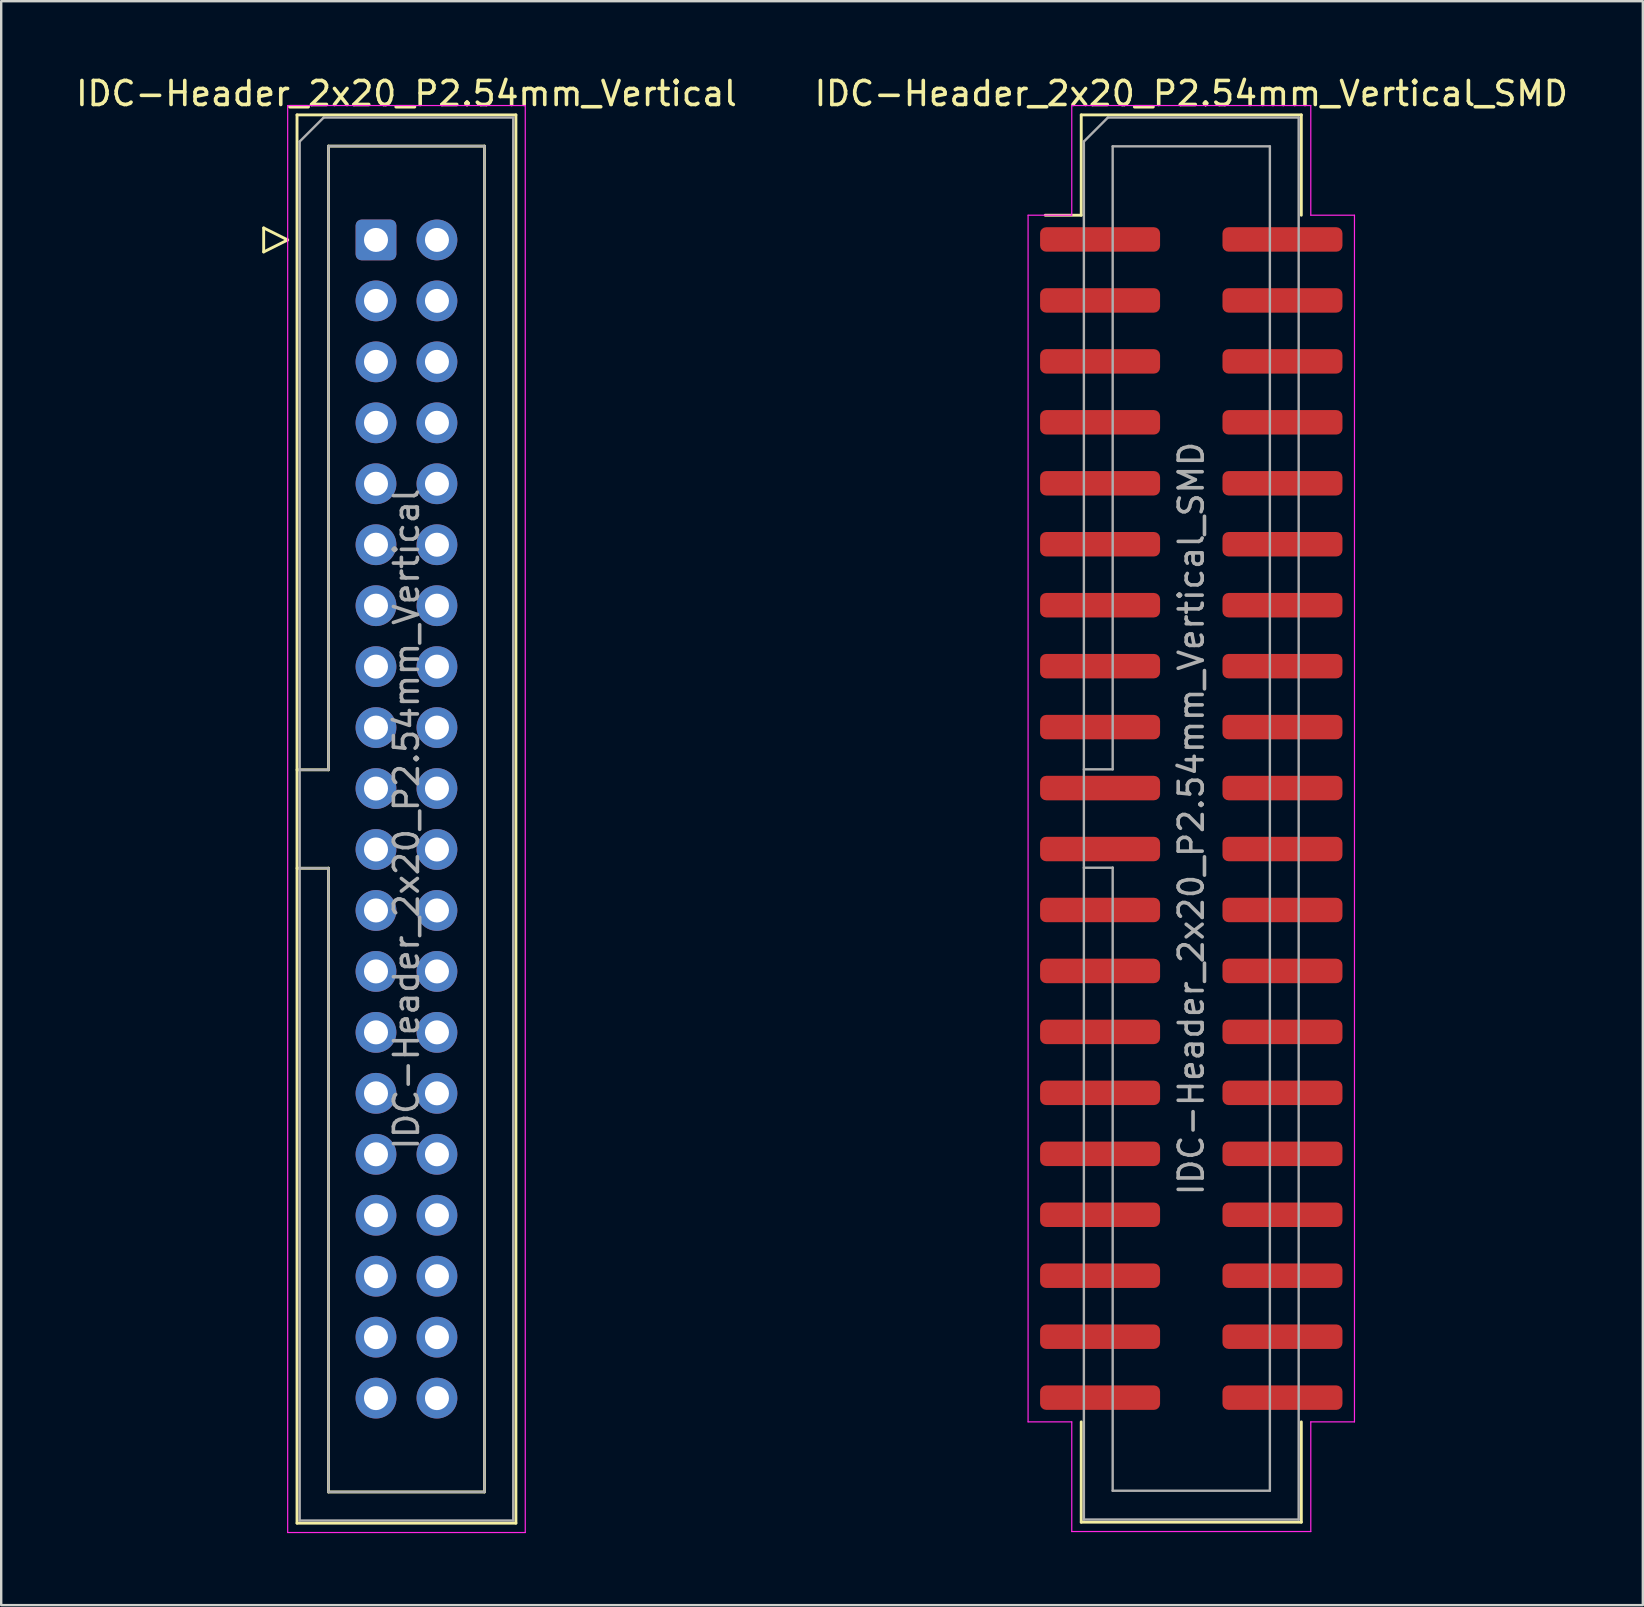
<source format=kicad_pcb>
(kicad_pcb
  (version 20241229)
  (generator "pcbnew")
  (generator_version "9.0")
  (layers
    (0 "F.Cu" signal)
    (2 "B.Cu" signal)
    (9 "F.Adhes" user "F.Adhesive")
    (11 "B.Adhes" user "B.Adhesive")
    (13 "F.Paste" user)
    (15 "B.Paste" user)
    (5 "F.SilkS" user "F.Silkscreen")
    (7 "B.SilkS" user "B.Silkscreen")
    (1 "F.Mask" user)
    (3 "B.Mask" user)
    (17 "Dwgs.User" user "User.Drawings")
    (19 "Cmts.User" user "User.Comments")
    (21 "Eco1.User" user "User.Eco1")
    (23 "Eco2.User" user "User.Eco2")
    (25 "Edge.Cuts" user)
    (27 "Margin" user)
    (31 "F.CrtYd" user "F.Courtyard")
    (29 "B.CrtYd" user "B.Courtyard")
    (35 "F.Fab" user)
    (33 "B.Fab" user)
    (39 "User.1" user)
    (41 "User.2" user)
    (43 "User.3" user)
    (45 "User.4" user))
  (footprint "IDC-Header_2x20_P2.54mm_Vertical"
    (layer "F.Cu")
    (at 12.617 6.948)
    (property "Reference" "IDC-Header_2x20_P2.54mm_Vertical" (at 1.27 -6.1 0) (layer "F.SilkS") (effects (font (size 1 1) (thickness 0.15))))
    (attr through_hole)
    (fp_line (start -4.68 -0.5) (end -4.68 0.5) (stroke (width 0.12) (type solid)) (layer "F.SilkS"))
    (fp_line (start -4.68 0.5) (end -3.68 0) (stroke (width 0.12) (type solid)) (layer "F.SilkS"))
    (fp_line (start -3.68 0) (end -4.68 -0.5) (stroke (width 0.12) (type solid)) (layer "F.SilkS"))
    (fp_line (start -3.29 -5.21) (end 5.83 -5.21) (stroke (width 0.12) (type solid)) (layer "F.SilkS"))
    (fp_line (start -3.29 22.08) (end -1.98 22.08) (stroke (width 0.12) (type solid)) (layer "F.SilkS"))
    (fp_line (start -3.29 53.47) (end -3.29 -5.21) (stroke (width 0.12) (type solid)) (layer "F.SilkS"))
    (fp_line (start -1.98 -3.91) (end 4.52 -3.91) (stroke (width 0.12) (type solid)) (layer "F.SilkS"))
    (fp_line (start -1.98 22.08) (end -1.98 -3.91) (stroke (width 0.12) (type solid)) (layer "F.SilkS"))
    (fp_line (start -1.98 26.18) (end -3.29 26.18) (stroke (width 0.12) (type solid)) (layer "F.SilkS"))
    (fp_line (start -1.98 26.18) (end -1.98 26.18) (stroke (width 0.12) (type solid)) (layer "F.SilkS"))
    (fp_line (start -1.98 52.17) (end -1.98 26.18) (stroke (width 0.12) (type solid)) (layer "F.SilkS"))
    (fp_line (start 4.52 -3.91) (end 4.52 52.17) (stroke (width 0.12) (type solid)) (layer "F.SilkS"))
    (fp_line (start 4.52 52.17) (end -1.98 52.17) (stroke (width 0.12) (type solid)) (layer "F.SilkS"))
    (fp_line (start 5.83 -5.21) (end 5.83 53.47) (stroke (width 0.12) (type solid)) (layer "F.SilkS"))
    (fp_line (start 5.83 53.47) (end -3.29 53.47) (stroke (width 0.12) (type solid)) (layer "F.SilkS"))
    (fp_line (start -3.68 -5.6) (end -3.68 53.86) (stroke (width 0.05) (type solid)) (layer "F.CrtYd"))
    (fp_line (start -3.68 53.86) (end 6.22 53.86) (stroke (width 0.05) (type solid)) (layer "F.CrtYd"))
    (fp_line (start 6.22 -5.6) (end -3.68 -5.6) (stroke (width 0.05) (type solid)) (layer "F.CrtYd"))
    (fp_line (start 6.22 53.86) (end 6.22 -5.6) (stroke (width 0.05) (type solid)) (layer "F.CrtYd"))
    (fp_line (start -3.18 -4.1) (end -2.18 -5.1) (stroke (width 0.1) (type solid)) (layer "F.Fab"))
    (fp_line (start -3.18 22.08) (end -1.98 22.08) (stroke (width 0.1) (type solid)) (layer "F.Fab"))
    (fp_line (start -3.18 53.36) (end -3.18 -4.1) (stroke (width 0.1) (type solid)) (layer "F.Fab"))
    (fp_line (start -2.18 -5.1) (end 5.72 -5.1) (stroke (width 0.1) (type solid)) (layer "F.Fab"))
    (fp_line (start -1.98 -3.91) (end 4.52 -3.91) (stroke (width 0.1) (type solid)) (layer "F.Fab"))
    (fp_line (start -1.98 22.08) (end -1.98 -3.91) (stroke (width 0.1) (type solid)) (layer "F.Fab"))
    (fp_line (start -1.98 26.18) (end -3.18 26.18) (stroke (width 0.1) (type solid)) (layer "F.Fab"))
    (fp_line (start -1.98 26.18) (end -1.98 26.18) (stroke (width 0.1) (type solid)) (layer "F.Fab"))
    (fp_line (start -1.98 52.17) (end -1.98 26.18) (stroke (width 0.1) (type solid)) (layer "F.Fab"))
    (fp_line (start 4.52 -3.91) (end 4.52 52.17) (stroke (width 0.1) (type solid)) (layer "F.Fab"))
    (fp_line (start 4.52 52.17) (end -1.98 52.17) (stroke (width 0.1) (type solid)) (layer "F.Fab"))
    (fp_line (start 5.72 -5.1) (end 5.72 53.36) (stroke (width 0.1) (type solid)) (layer "F.Fab"))
    (fp_line (start 5.72 53.36) (end -3.18 53.36) (stroke (width 0.1) (type solid)) (layer "F.Fab"))
    (fp_text user "${REFERENCE}" (at 1.27 24.13 90) (layer "F.Fab") (effects (font (size 1 1) (thickness 0.15))))
    (pad "1" thru_hole roundrect (at 0 0) (size 1.7 1.7) (drill 1) (layers "*.Cu" "*.Mask") (roundrect_rratio 0.147))
    (pad "2" thru_hole circle (at 2.54 0) (size 1.7 1.7) (drill 1) (layers "*.Cu" "*.Mask"))
    (pad "3" thru_hole circle (at 0 2.54) (size 1.7 1.7) (drill 1) (layers "*.Cu" "*.Mask"))
    (pad "4" thru_hole circle (at 2.54 2.54) (size 1.7 1.7) (drill 1) (layers "*.Cu" "*.Mask"))
    (pad "5" thru_hole circle (at 0 5.08) (size 1.7 1.7) (drill 1) (layers "*.Cu" "*.Mask"))
    (pad "6" thru_hole circle (at 2.54 5.08) (size 1.7 1.7) (drill 1) (layers "*.Cu" "*.Mask"))
    (pad "7" thru_hole circle (at 0 7.62) (size 1.7 1.7) (drill 1) (layers "*.Cu" "*.Mask"))
    (pad "8" thru_hole circle (at 2.54 7.62) (size 1.7 1.7) (drill 1) (layers "*.Cu" "*.Mask"))
    (pad "9" thru_hole circle (at 0 10.16) (size 1.7 1.7) (drill 1) (layers "*.Cu" "*.Mask"))
    (pad "10" thru_hole circle (at 2.54 10.16) (size 1.7 1.7) (drill 1) (layers "*.Cu" "*.Mask"))
    (pad "11" thru_hole circle (at 0 12.7) (size 1.7 1.7) (drill 1) (layers "*.Cu" "*.Mask"))
    (pad "12" thru_hole circle (at 2.54 12.7) (size 1.7 1.7) (drill 1) (layers "*.Cu" "*.Mask"))
    (pad "13" thru_hole circle (at 0 15.24) (size 1.7 1.7) (drill 1) (layers "*.Cu" "*.Mask"))
    (pad "14" thru_hole circle (at 2.54 15.24) (size 1.7 1.7) (drill 1) (layers "*.Cu" "*.Mask"))
    (pad "15" thru_hole circle (at 0 17.78) (size 1.7 1.7) (drill 1) (layers "*.Cu" "*.Mask"))
    (pad "16" thru_hole circle (at 2.54 17.78) (size 1.7 1.7) (drill 1) (layers "*.Cu" "*.Mask"))
    (pad "17" thru_hole circle (at 0 20.32) (size 1.7 1.7) (drill 1) (layers "*.Cu" "*.Mask"))
    (pad "18" thru_hole circle (at 2.54 20.32) (size 1.7 1.7) (drill 1) (layers "*.Cu" "*.Mask"))
    (pad "19" thru_hole circle (at 0 22.86) (size 1.7 1.7) (drill 1) (layers "*.Cu" "*.Mask"))
    (pad "20" thru_hole circle (at 2.54 22.86) (size 1.7 1.7) (drill 1) (layers "*.Cu" "*.Mask"))
    (pad "21" thru_hole circle (at 0 25.4) (size 1.7 1.7) (drill 1) (layers "*.Cu" "*.Mask"))
    (pad "22" thru_hole circle (at 2.54 25.4) (size 1.7 1.7) (drill 1) (layers "*.Cu" "*.Mask"))
    (pad "23" thru_hole circle (at 0 27.94) (size 1.7 1.7) (drill 1) (layers "*.Cu" "*.Mask"))
    (pad "24" thru_hole circle (at 2.54 27.94) (size 1.7 1.7) (drill 1) (layers "*.Cu" "*.Mask"))
    (pad "25" thru_hole circle (at 0 30.48) (size 1.7 1.7) (drill 1) (layers "*.Cu" "*.Mask"))
    (pad "26" thru_hole circle (at 2.54 30.48) (size 1.7 1.7) (drill 1) (layers "*.Cu" "*.Mask"))
    (pad "27" thru_hole circle (at 0 33.02) (size 1.7 1.7) (drill 1) (layers "*.Cu" "*.Mask"))
    (pad "28" thru_hole circle (at 2.54 33.02) (size 1.7 1.7) (drill 1) (layers "*.Cu" "*.Mask"))
    (pad "29" thru_hole circle (at 0 35.56) (size 1.7 1.7) (drill 1) (layers "*.Cu" "*.Mask"))
    (pad "30" thru_hole circle (at 2.54 35.56) (size 1.7 1.7) (drill 1) (layers "*.Cu" "*.Mask"))
    (pad "31" thru_hole circle (at 0 38.1) (size 1.7 1.7) (drill 1) (layers "*.Cu" "*.Mask"))
    (pad "32" thru_hole circle (at 2.54 38.1) (size 1.7 1.7) (drill 1) (layers "*.Cu" "*.Mask"))
    (pad "33" thru_hole circle (at 0 40.64) (size 1.7 1.7) (drill 1) (layers "*.Cu" "*.Mask"))
    (pad "34" thru_hole circle (at 2.54 40.64) (size 1.7 1.7) (drill 1) (layers "*.Cu" "*.Mask"))
    (pad "35" thru_hole circle (at 0 43.18) (size 1.7 1.7) (drill 1) (layers "*.Cu" "*.Mask"))
    (pad "36" thru_hole circle (at 2.54 43.18) (size 1.7 1.7) (drill 1) (layers "*.Cu" "*.Mask"))
    (pad "37" thru_hole circle (at 0 45.72) (size 1.7 1.7) (drill 1) (layers "*.Cu" "*.Mask"))
    (pad "38" thru_hole circle (at 2.54 45.72) (size 1.7 1.7) (drill 1) (layers "*.Cu" "*.Mask"))
    (pad "39" thru_hole circle (at 0 48.26) (size 1.7 1.7) (drill 1) (layers "*.Cu" "*.Mask"))
    (pad "40" thru_hole circle (at 2.54 48.26) (size 1.7 1.7) (drill 1) (layers "*.Cu" "*.Mask")))
  (footprint "IDC-Header_2x20_P2.54mm_Vertical_SMD"
    (layer "F.Cu")
    (at 46.589 31.058)
    (property "Reference" "IDC-Header_2x20_P2.54mm_Vertical_SMD" (at 0 -30.21 0) (layer "F.SilkS") (effects (font (size 1 1) (thickness 0.15))))
    (attr smd)
    (fp_line (start -4.585 -29.32) (end 4.585 -29.32) (stroke (width 0.12) (type solid)) (layer "F.SilkS"))
    (fp_line (start -4.585 -25.14) (end -6.085 -25.14) (stroke (width 0.12) (type solid)) (layer "F.SilkS"))
    (fp_line (start -4.585 -25.14) (end -4.585 -29.32) (stroke (width 0.12) (type solid)) (layer "F.SilkS"))
    (fp_line (start -4.585 25.14) (end -4.585 29.32) (stroke (width 0.12) (type solid)) (layer "F.SilkS"))
    (fp_line (start -4.585 29.32) (end 4.585 29.32) (stroke (width 0.12) (type solid)) (layer "F.SilkS"))
    (fp_line (start 4.585 -29.32) (end 4.585 -25.14) (stroke (width 0.12) (type solid)) (layer "F.SilkS"))
    (fp_line (start 4.585 29.32) (end 4.585 25.14) (stroke (width 0.12) (type solid)) (layer "F.SilkS"))
    (fp_line (start -6.8 -25.14) (end -6.8 25.14) (stroke (width 0.05) (type solid)) (layer "F.CrtYd"))
    (fp_line (start -6.8 25.14) (end -4.98 25.14) (stroke (width 0.05) (type solid)) (layer "F.CrtYd"))
    (fp_line (start -4.98 -29.71) (end -4.98 -25.14) (stroke (width 0.05) (type solid)) (layer "F.CrtYd"))
    (fp_line (start -4.98 -25.14) (end -6.8 -25.14) (stroke (width 0.05) (type solid)) (layer "F.CrtYd"))
    (fp_line (start -4.98 25.14) (end -4.98 29.71) (stroke (width 0.05) (type solid)) (layer "F.CrtYd"))
    (fp_line (start -4.98 29.71) (end 4.98 29.71) (stroke (width 0.05) (type solid)) (layer "F.CrtYd"))
    (fp_line (start 4.98 -29.71) (end -4.98 -29.71) (stroke (width 0.05) (type solid)) (layer "F.CrtYd"))
    (fp_line (start 4.98 -25.14) (end 4.98 -29.71) (stroke (width 0.05) (type solid)) (layer "F.CrtYd"))
    (fp_line (start 4.98 25.14) (end 6.8 25.14) (stroke (width 0.05) (type solid)) (layer "F.CrtYd"))
    (fp_line (start 4.98 29.71) (end 4.98 25.14) (stroke (width 0.05) (type solid)) (layer "F.CrtYd"))
    (fp_line (start 6.8 -25.14) (end 4.98 -25.14) (stroke (width 0.05) (type solid)) (layer "F.CrtYd"))
    (fp_line (start 6.8 25.14) (end 6.8 -25.14) (stroke (width 0.05) (type solid)) (layer "F.CrtYd"))
    (fp_line (start -4.475 -28.21) (end -3.475 -29.21) (stroke (width 0.1) (type solid)) (layer "F.Fab"))
    (fp_line (start -4.475 -2.05) (end -3.275 -2.05) (stroke (width 0.1) (type solid)) (layer "F.Fab"))
    (fp_line (start -4.475 29.21) (end -4.475 -28.21) (stroke (width 0.1) (type solid)) (layer "F.Fab"))
    (fp_line (start -3.475 -29.21) (end 4.475 -29.21) (stroke (width 0.1) (type solid)) (layer "F.Fab"))
    (fp_line (start -3.275 -28.01) (end 3.275 -28.01) (stroke (width 0.1) (type solid)) (layer "F.Fab"))
    (fp_line (start -3.275 -2.05) (end -3.275 -28.01) (stroke (width 0.1) (type solid)) (layer "F.Fab"))
    (fp_line (start -3.275 2.05) (end -4.475 2.05) (stroke (width 0.1) (type solid)) (layer "F.Fab"))
    (fp_line (start -3.275 2.05) (end -3.275 2.05) (stroke (width 0.1) (type solid)) (layer "F.Fab"))
    (fp_line (start -3.275 28.01) (end -3.275 2.05) (stroke (width 0.1) (type solid)) (layer "F.Fab"))
    (fp_line (start 3.275 -28.01) (end 3.275 28.01) (stroke (width 0.1) (type solid)) (layer "F.Fab"))
    (fp_line (start 3.275 28.01) (end -3.275 28.01) (stroke (width 0.1) (type solid)) (layer "F.Fab"))
    (fp_line (start 4.475 -29.21) (end 4.475 29.21) (stroke (width 0.1) (type solid)) (layer "F.Fab"))
    (fp_line (start 4.475 29.21) (end -4.475 29.21) (stroke (width 0.1) (type solid)) (layer "F.Fab"))
    (fp_text user "${REFERENCE}" (at 0 0 90) (layer "F.Fab") (effects (font (size 1 1) (thickness 0.15))))
    (pad "1" smd roundrect (at -3.8 -24.13) (size 5 1.02) (layers "F.Cu" "F.Mask" "F.Paste") (roundrect_rratio 0.25))
    (pad "2" smd roundrect (at 3.8 -24.13) (size 5 1.02) (layers "F.Cu" "F.Mask" "F.Paste") (roundrect_rratio 0.25))
    (pad "3" smd roundrect (at -3.8 -21.59) (size 5 1.02) (layers "F.Cu" "F.Mask" "F.Paste") (roundrect_rratio 0.25))
    (pad "4" smd roundrect (at 3.8 -21.59) (size 5 1.02) (layers "F.Cu" "F.Mask" "F.Paste") (roundrect_rratio 0.25))
    (pad "5" smd roundrect (at -3.8 -19.05) (size 5 1.02) (layers "F.Cu" "F.Mask" "F.Paste") (roundrect_rratio 0.25))
    (pad "6" smd roundrect (at 3.8 -19.05) (size 5 1.02) (layers "F.Cu" "F.Mask" "F.Paste") (roundrect_rratio 0.25))
    (pad "7" smd roundrect (at -3.8 -16.51) (size 5 1.02) (layers "F.Cu" "F.Mask" "F.Paste") (roundrect_rratio 0.25))
    (pad "8" smd roundrect (at 3.8 -16.51) (size 5 1.02) (layers "F.Cu" "F.Mask" "F.Paste") (roundrect_rratio 0.25))
    (pad "9" smd roundrect (at -3.8 -13.97) (size 5 1.02) (layers "F.Cu" "F.Mask" "F.Paste") (roundrect_rratio 0.25))
    (pad "10" smd roundrect (at 3.8 -13.97) (size 5 1.02) (layers "F.Cu" "F.Mask" "F.Paste") (roundrect_rratio 0.25))
    (pad "11" smd roundrect (at -3.8 -11.43) (size 5 1.02) (layers "F.Cu" "F.Mask" "F.Paste") (roundrect_rratio 0.25))
    (pad "12" smd roundrect (at 3.8 -11.43) (size 5 1.02) (layers "F.Cu" "F.Mask" "F.Paste") (roundrect_rratio 0.25))
    (pad "13" smd roundrect (at -3.8 -8.89) (size 5 1.02) (layers "F.Cu" "F.Mask" "F.Paste") (roundrect_rratio 0.25))
    (pad "14" smd roundrect (at 3.8 -8.89) (size 5 1.02) (layers "F.Cu" "F.Mask" "F.Paste") (roundrect_rratio 0.25))
    (pad "15" smd roundrect (at -3.8 -6.35) (size 5 1.02) (layers "F.Cu" "F.Mask" "F.Paste") (roundrect_rratio 0.25))
    (pad "16" smd roundrect (at 3.8 -6.35) (size 5 1.02) (layers "F.Cu" "F.Mask" "F.Paste") (roundrect_rratio 0.25))
    (pad "17" smd roundrect (at -3.8 -3.81) (size 5 1.02) (layers "F.Cu" "F.Mask" "F.Paste") (roundrect_rratio 0.25))
    (pad "18" smd roundrect (at 3.8 -3.81) (size 5 1.02) (layers "F.Cu" "F.Mask" "F.Paste") (roundrect_rratio 0.25))
    (pad "19" smd roundrect (at -3.8 -1.27) (size 5 1.02) (layers "F.Cu" "F.Mask" "F.Paste") (roundrect_rratio 0.25))
    (pad "20" smd roundrect (at 3.8 -1.27) (size 5 1.02) (layers "F.Cu" "F.Mask" "F.Paste") (roundrect_rratio 0.25))
    (pad "21" smd roundrect (at -3.8 1.27) (size 5 1.02) (layers "F.Cu" "F.Mask" "F.Paste") (roundrect_rratio 0.25))
    (pad "22" smd roundrect (at 3.8 1.27) (size 5 1.02) (layers "F.Cu" "F.Mask" "F.Paste") (roundrect_rratio 0.25))
    (pad "23" smd roundrect (at -3.8 3.81) (size 5 1.02) (layers "F.Cu" "F.Mask" "F.Paste") (roundrect_rratio 0.25))
    (pad "24" smd roundrect (at 3.8 3.81) (size 5 1.02) (layers "F.Cu" "F.Mask" "F.Paste") (roundrect_rratio 0.25))
    (pad "25" smd roundrect (at -3.8 6.35) (size 5 1.02) (layers "F.Cu" "F.Mask" "F.Paste") (roundrect_rratio 0.25))
    (pad "26" smd roundrect (at 3.8 6.35) (size 5 1.02) (layers "F.Cu" "F.Mask" "F.Paste") (roundrect_rratio 0.25))
    (pad "27" smd roundrect (at -3.8 8.89) (size 5 1.02) (layers "F.Cu" "F.Mask" "F.Paste") (roundrect_rratio 0.25))
    (pad "28" smd roundrect (at 3.8 8.89) (size 5 1.02) (layers "F.Cu" "F.Mask" "F.Paste") (roundrect_rratio 0.25))
    (pad "29" smd roundrect (at -3.8 11.43) (size 5 1.02) (layers "F.Cu" "F.Mask" "F.Paste") (roundrect_rratio 0.25))
    (pad "30" smd roundrect (at 3.8 11.43) (size 5 1.02) (layers "F.Cu" "F.Mask" "F.Paste") (roundrect_rratio 0.25))
    (pad "31" smd roundrect (at -3.8 13.97) (size 5 1.02) (layers "F.Cu" "F.Mask" "F.Paste") (roundrect_rratio 0.25))
    (pad "32" smd roundrect (at 3.8 13.97) (size 5 1.02) (layers "F.Cu" "F.Mask" "F.Paste") (roundrect_rratio 0.25))
    (pad "33" smd roundrect (at -3.8 16.51) (size 5 1.02) (layers "F.Cu" "F.Mask" "F.Paste") (roundrect_rratio 0.25))
    (pad "34" smd roundrect (at 3.8 16.51) (size 5 1.02) (layers "F.Cu" "F.Mask" "F.Paste") (roundrect_rratio 0.25))
    (pad "35" smd roundrect (at -3.8 19.05) (size 5 1.02) (layers "F.Cu" "F.Mask" "F.Paste") (roundrect_rratio 0.25))
    (pad "36" smd roundrect (at 3.8 19.05) (size 5 1.02) (layers "F.Cu" "F.Mask" "F.Paste") (roundrect_rratio 0.25))
    (pad "37" smd roundrect (at -3.8 21.59) (size 5 1.02) (layers "F.Cu" "F.Mask" "F.Paste") (roundrect_rratio 0.25))
    (pad "38" smd roundrect (at 3.8 21.59) (size 5 1.02) (layers "F.Cu" "F.Mask" "F.Paste") (roundrect_rratio 0.25))
    (pad "39" smd roundrect (at -3.8 24.13) (size 5 1.02) (layers "F.Cu" "F.Mask" "F.Paste") (roundrect_rratio 0.25))
    (pad "40" smd roundrect (at 3.8 24.13) (size 5 1.02) (layers "F.Cu" "F.Mask" "F.Paste") (roundrect_rratio 0.25)))
  (gr_rect
    (start -3 -3)
    (end 65.405 63.833)
    (stroke (width 0.1) (type default))
    (fill no)
    (layer "Edge.Cuts")))
</source>
